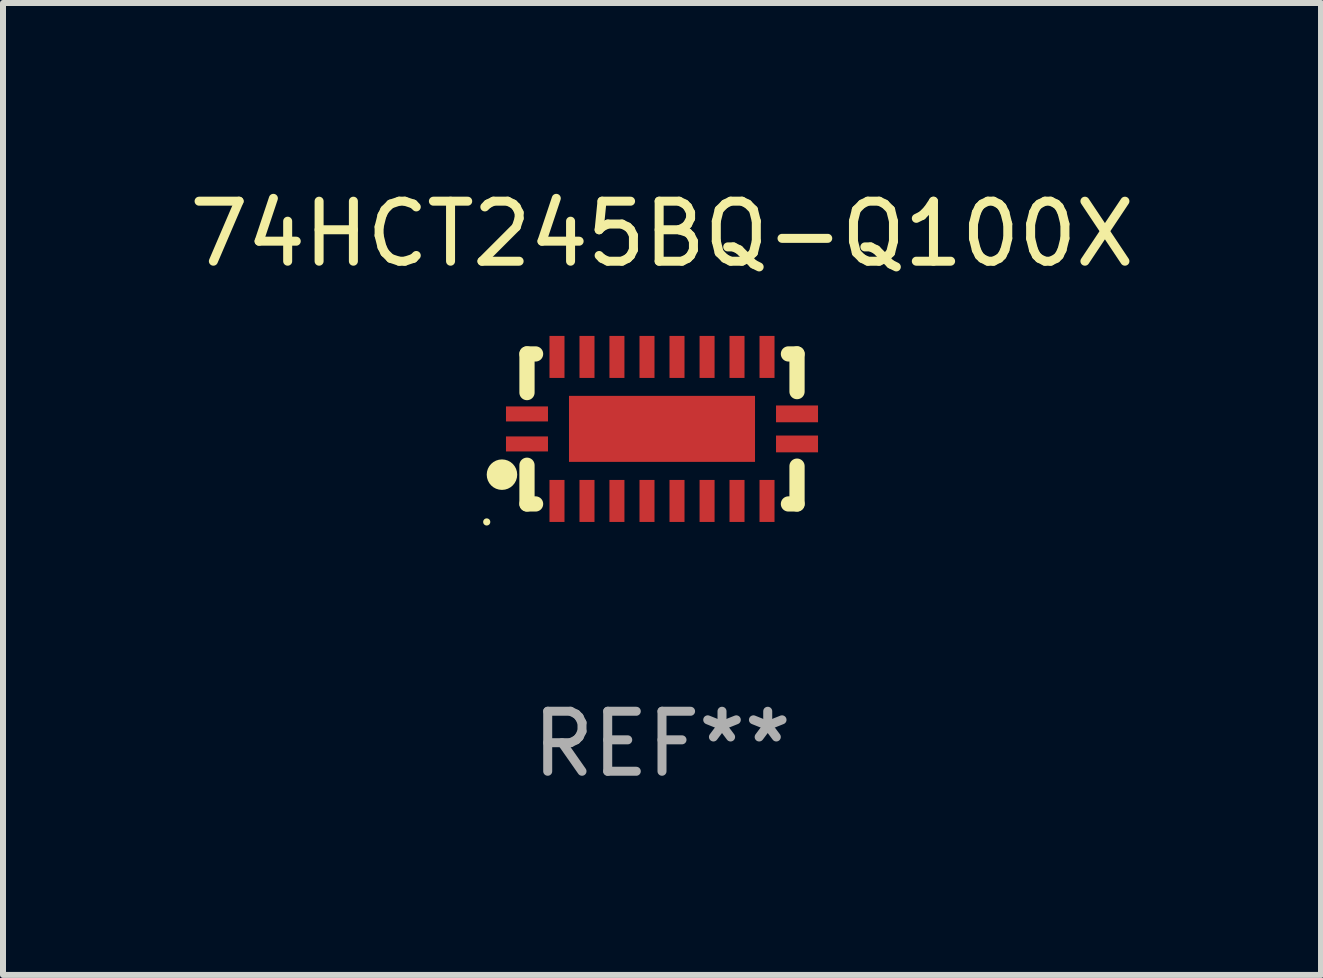
<source format=kicad_pcb>
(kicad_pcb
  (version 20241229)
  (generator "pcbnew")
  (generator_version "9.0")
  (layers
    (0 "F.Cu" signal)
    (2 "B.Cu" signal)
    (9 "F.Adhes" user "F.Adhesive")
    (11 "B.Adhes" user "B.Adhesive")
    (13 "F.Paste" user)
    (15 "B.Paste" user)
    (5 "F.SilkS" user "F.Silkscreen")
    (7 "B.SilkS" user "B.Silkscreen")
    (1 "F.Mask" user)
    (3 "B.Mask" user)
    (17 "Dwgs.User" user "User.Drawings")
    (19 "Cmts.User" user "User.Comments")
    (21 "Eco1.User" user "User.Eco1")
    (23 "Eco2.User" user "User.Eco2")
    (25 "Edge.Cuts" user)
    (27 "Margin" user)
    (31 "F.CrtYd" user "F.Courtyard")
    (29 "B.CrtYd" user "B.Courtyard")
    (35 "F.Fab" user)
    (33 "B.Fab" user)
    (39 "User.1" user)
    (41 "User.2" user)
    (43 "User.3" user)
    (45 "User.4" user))
  (footprint "74HCT245BQ-Q100X"
    (layer "F.Cu")
    (at 7.982 4.098)
    (property "Reference" "74HCT245BQ-Q100X" (at 0 -3.25 0) (layer "F.SilkS") (effects (font (size 1 1) (thickness 0.15))))
    (attr through_hole)
    (fp_line (start -2.25 0.605) (end -2.25 1.25) (stroke (width 0.254) (type solid)) (layer "F.SilkS"))
    (fp_line (start -2.25 1.25) (end -2.107 1.25) (stroke (width 0.254) (type solid)) (layer "F.SilkS"))
    (fp_line (start -2.25 -1.25) (end -2.25 -0.606) (stroke (width 0.254) (type solid)) (layer "F.SilkS"))
    (fp_line (start -2.25 -1.25) (end -2.107 -1.25) (stroke (width 0.254) (type solid)) (layer "F.SilkS"))
    (fp_line (start 2.107 -1.25) (end 2.25 -1.25) (stroke (width 0.254) (type solid)) (layer "F.SilkS"))
    (fp_line (start 2.107 1.25) (end 2.25 1.25) (stroke (width 0.254) (type solid)) (layer "F.SilkS"))
    (fp_line (start 2.25 -1.25) (end 2.25 -0.622) (stroke (width 0.254) (type solid)) (layer "F.SilkS"))
    (fp_line (start 2.25 0.62) (end 2.25 1.25) (stroke (width 0.254) (type solid)) (layer "F.SilkS"))
    (fp_circle (center -2.921 1.55) (end -2.891 1.55) (stroke (width 0.06) (type solid)) (fill no) (layer "F.SilkS"))
    (fp_circle (center -2.667 0.762) (end -2.54 0.762) (stroke (width 0.254) (type solid)) (fill no) (layer "F.SilkS"))
    (fp_text user "REF**" (at 0 5.25 0) (layer "F.Fab") (effects (font (size 1 1) (thickness 0.15))))
    (pad "1" smd rect (at -2.25 0.25 180) (size 0.7 0.25) (layers "F.Cu" "F.Mask" "F.Paste"))
    (pad "2" smd rect (at -1.75 1.2 90) (size 0.7 0.25) (layers "F.Cu" "F.Mask" "F.Paste"))
    (pad "3" smd rect (at -1.25 1.2 90) (size 0.7 0.25) (layers "F.Cu" "F.Mask" "F.Paste"))
    (pad "4" smd rect (at -0.751 1.2 90) (size 0.7 0.25) (layers "F.Cu" "F.Mask" "F.Paste"))
    (pad "5" smd rect (at -0.25 1.2 90) (size 0.7 0.25) (layers "F.Cu" "F.Mask" "F.Paste"))
    (pad "6" smd rect (at 0.25 1.2 90) (size 0.7 0.25) (layers "F.Cu" "F.Mask" "F.Paste"))
    (pad "7" smd rect (at 0.751 1.2 90) (size 0.7 0.25) (layers "F.Cu" "F.Mask" "F.Paste"))
    (pad "8" smd rect (at 1.25 1.2 90) (size 0.7 0.25) (layers "F.Cu" "F.Mask" "F.Paste"))
    (pad "9" smd rect (at 1.75 1.2 90) (size 0.7 0.25) (layers "F.Cu" "F.Mask" "F.Paste"))
    (pad "10" smd rect (at 2.25 0.25 180) (size 0.7 0.28) (layers "F.Cu" "F.Mask" "F.Paste"))
    (pad "11" smd rect (at 2.25 -0.251 180) (size 0.7 0.28) (layers "F.Cu" "F.Mask" "F.Paste"))
    (pad "12" smd rect (at 1.75 -1.2 90) (size 0.7 0.25) (layers "F.Cu" "F.Mask" "F.Paste"))
    (pad "13" smd rect (at 1.25 -1.2 90) (size 0.7 0.25) (layers "F.Cu" "F.Mask" "F.Paste"))
    (pad "14" smd rect (at 0.751 -1.2 90) (size 0.7 0.25) (layers "F.Cu" "F.Mask" "F.Paste"))
    (pad "15" smd rect (at 0.25 -1.2 90) (size 0.7 0.25) (layers "F.Cu" "F.Mask" "F.Paste"))
    (pad "16" smd rect (at -0.25 -1.2 90) (size 0.7 0.25) (layers "F.Cu" "F.Mask" "F.Paste"))
    (pad "17" smd rect (at -0.751 -1.2 90) (size 0.7 0.25) (layers "F.Cu" "F.Mask" "F.Paste"))
    (pad "18" smd rect (at -1.25 -1.2 90) (size 0.7 0.25) (layers "F.Cu" "F.Mask" "F.Paste"))
    (pad "19" smd rect (at -1.75 -1.2 90) (size 0.7 0.25) (layers "F.Cu" "F.Mask" "F.Paste"))
    (pad "20" smd rect (at -2.25 -0.25 180) (size 0.7 0.25) (layers "F.Cu" "F.Mask" "F.Paste"))
    (pad "21" smd rect (at 0 -0.001 180) (size 3.1 1.1) (layers "F.Cu" "F.Mask" "F.Paste")))
  (gr_rect
    (start -3 -3)
    (end 18.964 13.197)
    (stroke (width 0.1) (type default))
    (fill no)
    (layer "Edge.Cuts")))
</source>
